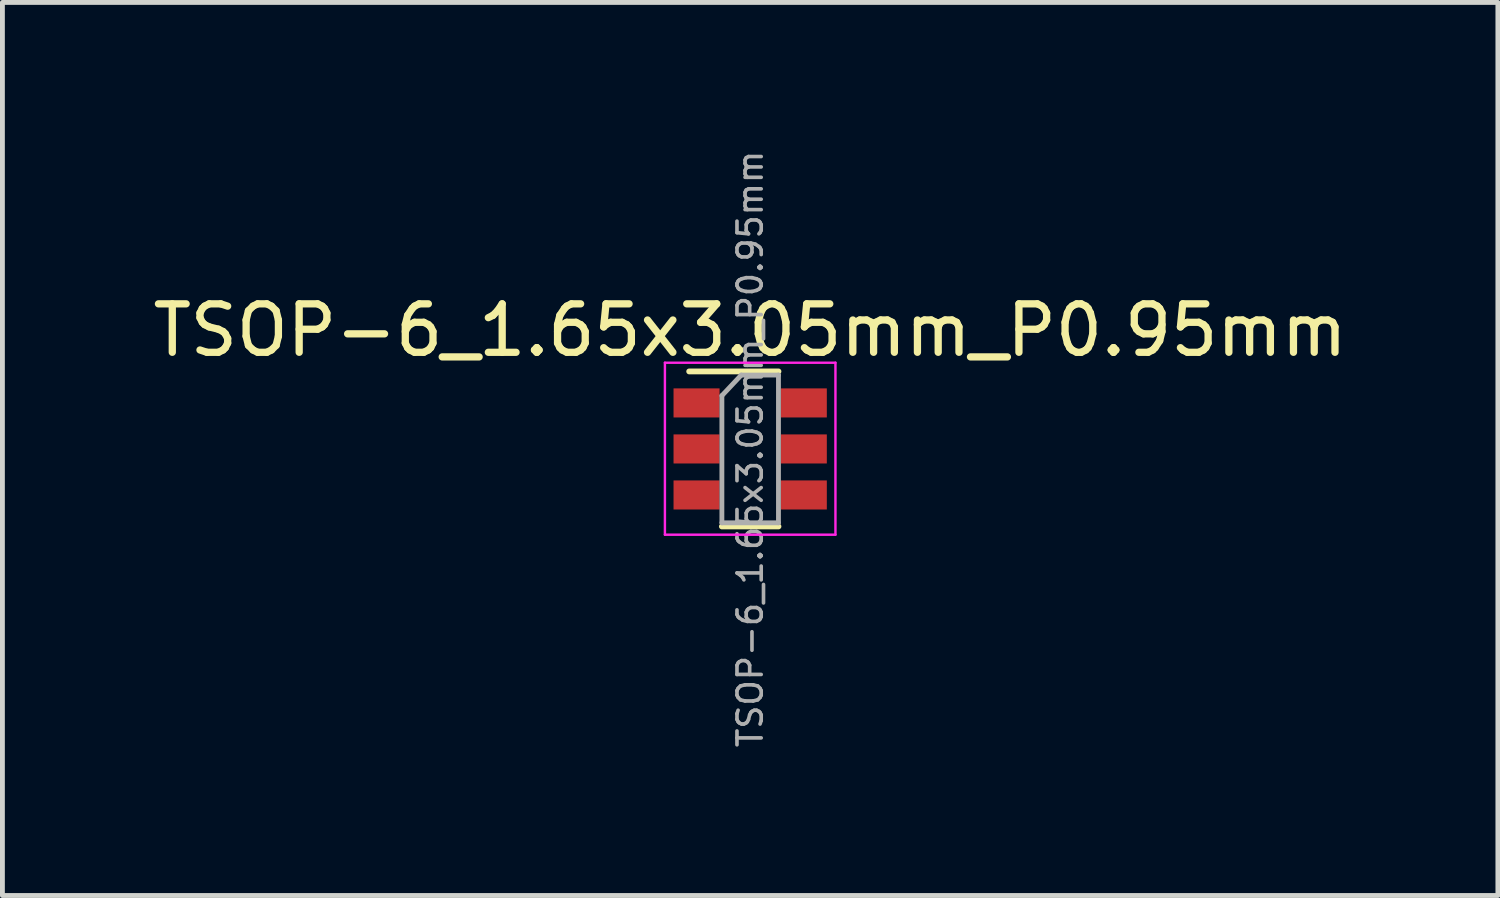
<source format=kicad_pcb>
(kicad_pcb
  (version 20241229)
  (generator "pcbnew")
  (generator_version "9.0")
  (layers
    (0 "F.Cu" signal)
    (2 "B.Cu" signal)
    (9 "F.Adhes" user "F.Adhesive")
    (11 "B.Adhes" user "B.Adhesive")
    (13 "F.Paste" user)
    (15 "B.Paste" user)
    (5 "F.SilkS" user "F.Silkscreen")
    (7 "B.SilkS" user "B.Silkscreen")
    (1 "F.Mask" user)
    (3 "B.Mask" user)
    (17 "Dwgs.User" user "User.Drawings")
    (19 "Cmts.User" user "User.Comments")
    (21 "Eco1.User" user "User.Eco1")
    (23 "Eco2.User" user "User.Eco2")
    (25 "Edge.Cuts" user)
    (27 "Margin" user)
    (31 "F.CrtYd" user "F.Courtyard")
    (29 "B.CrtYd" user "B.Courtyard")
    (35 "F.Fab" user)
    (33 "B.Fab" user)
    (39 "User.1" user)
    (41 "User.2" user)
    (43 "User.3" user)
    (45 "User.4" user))
  (footprint "TSOP-6_1.65x3.05mm_P0.95mm"
    (layer "F.Cu")
    (at 12.435 6.217)
    (property "Reference" "TSOP-6_1.65x3.05mm_P0.95mm" (at 0 -2.45 0) (layer "F.SilkS") (effects (font (size 1 1) (thickness 0.15))))
    (attr smd)
    (fp_line (start -0.584 1.6) (end 0.584 1.6) (stroke (width 0.12) (type solid)) (layer "F.SilkS"))
    (fp_line (start 0.584 -1.6) (end -1.259 -1.6) (stroke (width 0.12) (type solid)) (layer "F.SilkS"))
    (fp_line (start -1.76 -1.78) (end -1.76 1.77) (stroke (width 0.05) (type solid)) (layer "F.CrtYd"))
    (fp_line (start -1.76 -1.78) (end 1.76 -1.78) (stroke (width 0.05) (type solid)) (layer "F.CrtYd"))
    (fp_line (start 1.76 1.77) (end -1.76 1.77) (stroke (width 0.05) (type solid)) (layer "F.CrtYd"))
    (fp_line (start 1.76 1.77) (end 1.76 -1.78) (stroke (width 0.05) (type solid)) (layer "F.CrtYd"))
    (fp_line (start -0.584 -1.1) (end -0.584 1.525) (stroke (width 0.1) (type solid)) (layer "F.Fab"))
    (fp_line (start -0.584 -1.1) (end -0.184 -1.525) (stroke (width 0.1) (type solid)) (layer "F.Fab"))
    (fp_line (start 0.584 -1.525) (end -0.184 -1.525) (stroke (width 0.1) (type solid)) (layer "F.Fab"))
    (fp_line (start 0.584 -1.525) (end 0.584 1.525) (stroke (width 0.1) (type solid)) (layer "F.Fab"))
    (fp_line (start 0.584 1.525) (end -0.584 1.525) (stroke (width 0.1) (type solid)) (layer "F.Fab"))
    (fp_text user "${REFERENCE}" (at 0 0 90) (layer "F.Fab") (effects (font (size 0.5 0.5) (thickness 0.075))))
    (pad "1" smd rect (at -1.107 -0.95) (size 0.95 0.6) (layers "F.Cu" "F.Mask" "F.Paste"))
    (pad "2" smd rect (at -1.107 0) (size 0.95 0.6) (layers "F.Cu" "F.Mask" "F.Paste"))
    (pad "3" smd rect (at -1.107 0.95) (size 0.95 0.6) (layers "F.Cu" "F.Mask" "F.Paste"))
    (pad "4" smd rect (at 1.107 0.95) (size 0.95 0.6) (layers "F.Cu" "F.Mask" "F.Paste"))
    (pad "5" smd rect (at 1.107 0) (size 0.95 0.6) (layers "F.Cu" "F.Mask" "F.Paste"))
    (pad "6" smd rect (at 1.107 -0.95) (size 0.95 0.6) (layers "F.Cu" "F.Mask" "F.Paste")))
  (gr_rect
    (start -3 -3)
    (end 27.869 15.435)
    (stroke (width 0.1) (type default))
    (fill no)
    (layer "Edge.Cuts")))
</source>
